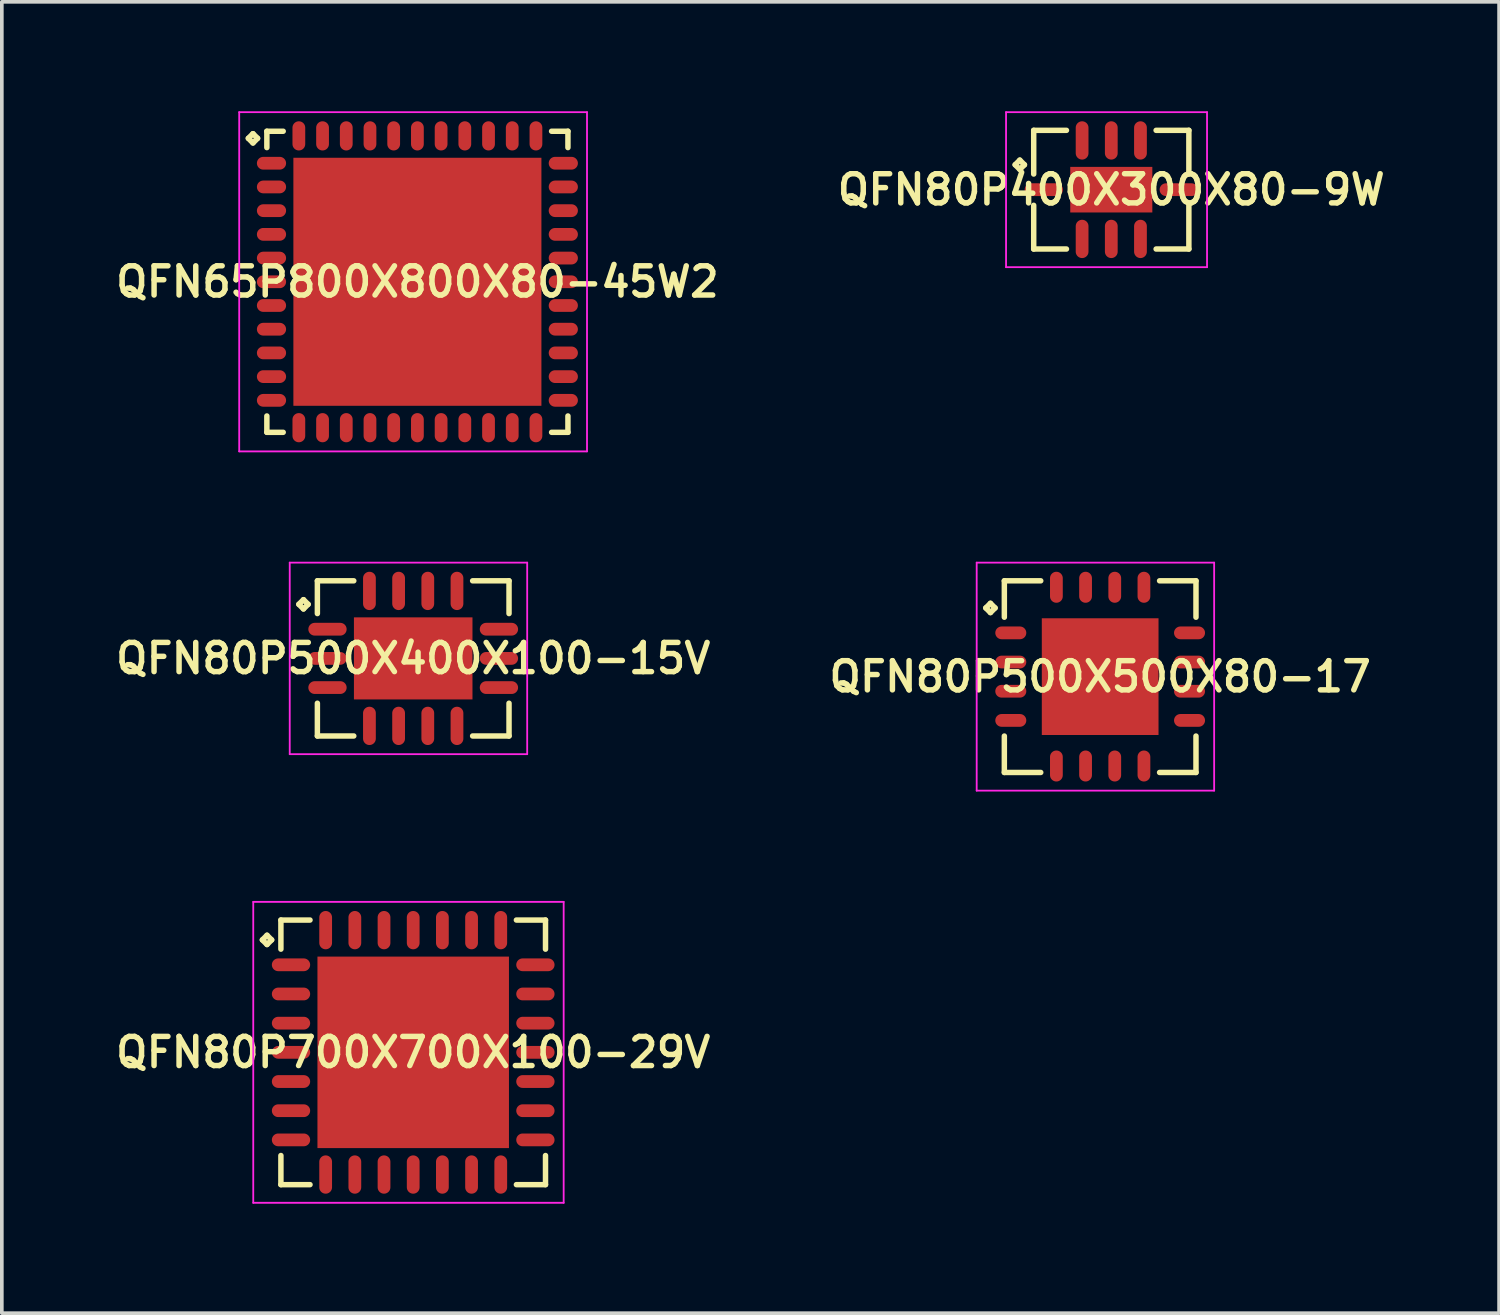
<source format=kicad_pcb>
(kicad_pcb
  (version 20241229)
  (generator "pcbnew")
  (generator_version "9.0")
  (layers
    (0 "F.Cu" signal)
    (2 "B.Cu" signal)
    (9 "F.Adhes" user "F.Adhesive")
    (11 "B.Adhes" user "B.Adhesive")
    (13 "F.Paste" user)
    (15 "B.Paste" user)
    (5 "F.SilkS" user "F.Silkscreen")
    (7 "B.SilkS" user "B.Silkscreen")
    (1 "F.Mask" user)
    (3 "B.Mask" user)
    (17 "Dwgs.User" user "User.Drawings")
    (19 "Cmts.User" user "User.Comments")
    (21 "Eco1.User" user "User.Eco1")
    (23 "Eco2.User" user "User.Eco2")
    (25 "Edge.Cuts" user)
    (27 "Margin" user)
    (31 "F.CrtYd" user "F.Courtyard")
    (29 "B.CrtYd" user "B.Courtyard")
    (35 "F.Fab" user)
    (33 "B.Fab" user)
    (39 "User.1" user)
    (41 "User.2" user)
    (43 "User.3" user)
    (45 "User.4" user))
  (footprint "QFN80P700X700X100-29V"
    (layer "F.Cu")
    (at 8.278 25.8)
    (property "Reference" "QFN80P700X700X100-29V" (at 0 0 0) (layer "F.SilkS") (effects (font (size 0.8 0.8) (thickness 0.15))))
    (attr smd)
    (fp_line (start -4.135 -3.083) (end -4.008 -3.21) (stroke (width 0.15) (type solid)) (layer "F.SilkS"))
    (fp_line (start -4.008 -3.21) (end -3.881 -3.083) (stroke (width 0.15) (type solid)) (layer "F.SilkS"))
    (fp_line (start -4.008 -2.956) (end -4.135 -3.083) (stroke (width 0.15) (type solid)) (layer "F.SilkS"))
    (fp_line (start -3.881 -3.083) (end -4.008 -2.956) (stroke (width 0.15) (type solid)) (layer "F.SilkS"))
    (fp_line (start -3.627 -3.627) (end -2.829 -3.627) (stroke (width 0.15) (type solid)) (layer "F.SilkS"))
    (fp_line (start -3.627 -2.829) (end -3.627 -3.627) (stroke (width 0.15) (type solid)) (layer "F.SilkS"))
    (fp_line (start -3.627 2.829) (end -3.627 3.627) (stroke (width 0.15) (type solid)) (layer "F.SilkS"))
    (fp_line (start -3.627 3.627) (end -2.829 3.627) (stroke (width 0.15) (type solid)) (layer "F.SilkS"))
    (fp_line (start 2.829 -3.627) (end 3.627 -3.627) (stroke (width 0.15) (type solid)) (layer "F.SilkS"))
    (fp_line (start 2.829 3.627) (end 3.627 3.627) (stroke (width 0.15) (type solid)) (layer "F.SilkS"))
    (fp_line (start 3.627 -3.627) (end 3.627 -2.829) (stroke (width 0.15) (type solid)) (layer "F.SilkS"))
    (fp_line (start 3.627 3.627) (end 3.627 2.829) (stroke (width 0.15) (type solid)) (layer "F.SilkS"))
    (fp_line (start -4.385 -4.125) (end 4.125 -4.125) (stroke (width 0.05) (type solid)) (layer "F.CrtYd"))
    (fp_line (start -4.385 4.125) (end -4.385 -4.125) (stroke (width 0.05) (type solid)) (layer "F.CrtYd"))
    (fp_line (start 4.125 -4.125) (end 4.125 4.125) (stroke (width 0.05) (type solid)) (layer "F.CrtYd"))
    (fp_line (start 4.125 4.125) (end -4.385 4.125) (stroke (width 0.05) (type solid)) (layer "F.CrtYd"))
    (pad "1" smd oval (at -3.35 -2.4) (size 1.05 0.35) (layers "F.Cu" "F.Mask" "F.Paste"))
    (pad "2" smd oval (at -3.35 -1.6) (size 1.05 0.35) (layers "F.Cu" "F.Mask" "F.Paste"))
    (pad "3" smd oval (at -3.35 -0.8) (size 1.05 0.35) (layers "F.Cu" "F.Mask" "F.Paste"))
    (pad "4" smd oval (at -3.35 0) (size 1.05 0.35) (layers "F.Cu" "F.Mask" "F.Paste"))
    (pad "5" smd oval (at -3.35 0.8) (size 1.05 0.35) (layers "F.Cu" "F.Mask" "F.Paste"))
    (pad "6" smd oval (at -3.35 1.6) (size 1.05 0.35) (layers "F.Cu" "F.Mask" "F.Paste"))
    (pad "7" smd oval (at -3.35 2.4) (size 1.05 0.35) (layers "F.Cu" "F.Mask" "F.Paste"))
    (pad "8" smd oval (at -2.4 3.35) (size 0.35 1.05) (layers "F.Cu" "F.Mask" "F.Paste"))
    (pad "9" smd oval (at -1.6 3.35) (size 0.35 1.05) (layers "F.Cu" "F.Mask" "F.Paste"))
    (pad "10" smd oval (at -0.8 3.35) (size 0.35 1.05) (layers "F.Cu" "F.Mask" "F.Paste"))
    (pad "11" smd oval (at 0 3.35) (size 0.35 1.05) (layers "F.Cu" "F.Mask" "F.Paste"))
    (pad "12" smd oval (at 0.8 3.35) (size 0.35 1.05) (layers "F.Cu" "F.Mask" "F.Paste"))
    (pad "13" smd oval (at 1.6 3.35) (size 0.35 1.05) (layers "F.Cu" "F.Mask" "F.Paste"))
    (pad "14" smd oval (at 2.4 3.35) (size 0.35 1.05) (layers "F.Cu" "F.Mask" "F.Paste"))
    (pad "15" smd oval (at 3.35 2.4) (size 1.05 0.35) (layers "F.Cu" "F.Mask" "F.Paste"))
    (pad "16" smd oval (at 3.35 1.6) (size 1.05 0.35) (layers "F.Cu" "F.Mask" "F.Paste"))
    (pad "17" smd oval (at 3.35 0.8) (size 1.05 0.35) (layers "F.Cu" "F.Mask" "F.Paste"))
    (pad "18" smd oval (at 3.35 0) (size 1.05 0.35) (layers "F.Cu" "F.Mask" "F.Paste"))
    (pad "19" smd oval (at 3.35 -0.8) (size 1.05 0.35) (layers "F.Cu" "F.Mask" "F.Paste"))
    (pad "20" smd oval (at 3.35 -1.6) (size 1.05 0.35) (layers "F.Cu" "F.Mask" "F.Paste"))
    (pad "21" smd oval (at 3.35 -2.4) (size 1.05 0.35) (layers "F.Cu" "F.Mask" "F.Paste"))
    (pad "22" smd oval (at 2.4 -3.35) (size 0.35 1.05) (layers "F.Cu" "F.Mask" "F.Paste"))
    (pad "23" smd oval (at 1.6 -3.35) (size 0.35 1.05) (layers "F.Cu" "F.Mask" "F.Paste"))
    (pad "24" smd oval (at 0.8 -3.35) (size 0.35 1.05) (layers "F.Cu" "F.Mask" "F.Paste"))
    (pad "25" smd oval (at 0 -3.35) (size 0.35 1.05) (layers "F.Cu" "F.Mask" "F.Paste"))
    (pad "26" smd oval (at -0.8 -3.35) (size 0.35 1.05) (layers "F.Cu" "F.Mask" "F.Paste"))
    (pad "27" smd oval (at -1.6 -3.35) (size 0.35 1.05) (layers "F.Cu" "F.Mask" "F.Paste"))
    (pad "28" smd oval (at -2.4 -3.35) (size 0.35 1.05) (layers "F.Cu" "F.Mask" "F.Paste"))
    (pad "29" smd rect (at 0 0) (size 5.25 5.25) (layers "F.Cu" "F.Mask" "F.Paste")))
  (footprint "QFN80P400X300X80-9W"
    (layer "F.Cu")
    (at 27.416 2.15)
    (property "Reference" "QFN80P400X300X80-9W" (at 0 0 0) (layer "F.SilkS") (effects (font (size 0.8 0.8) (thickness 0.15))))
    (attr smd)
    (fp_line (start -2.635 -0.683) (end -2.508 -0.81) (stroke (width 0.15) (type solid)) (layer "F.SilkS"))
    (fp_line (start -2.508 -0.81) (end -2.381 -0.683) (stroke (width 0.15) (type solid)) (layer "F.SilkS"))
    (fp_line (start -2.508 -0.556) (end -2.635 -0.683) (stroke (width 0.15) (type solid)) (layer "F.SilkS"))
    (fp_line (start -2.381 -0.683) (end -2.508 -0.556) (stroke (width 0.15) (type solid)) (layer "F.SilkS"))
    (fp_line (start -2.127 -1.627) (end -1.229 -1.627) (stroke (width 0.15) (type solid)) (layer "F.SilkS"))
    (fp_line (start -2.127 -0.429) (end -2.127 -1.627) (stroke (width 0.15) (type solid)) (layer "F.SilkS"))
    (fp_line (start -2.127 0.429) (end -2.127 1.627) (stroke (width 0.15) (type solid)) (layer "F.SilkS"))
    (fp_line (start -2.127 1.627) (end -1.229 1.627) (stroke (width 0.15) (type solid)) (layer "F.SilkS"))
    (fp_line (start 1.229 -1.627) (end 2.127 -1.627) (stroke (width 0.15) (type solid)) (layer "F.SilkS"))
    (fp_line (start 1.229 1.627) (end 2.127 1.627) (stroke (width 0.15) (type solid)) (layer "F.SilkS"))
    (fp_line (start 2.127 -1.627) (end 2.127 -0.429) (stroke (width 0.15) (type solid)) (layer "F.SilkS"))
    (fp_line (start 2.127 1.627) (end 2.127 0.429) (stroke (width 0.15) (type solid)) (layer "F.SilkS"))
    (fp_line (start -2.885 -2.125) (end 2.625 -2.125) (stroke (width 0.05) (type solid)) (layer "F.CrtYd"))
    (fp_line (start -2.885 2.125) (end -2.885 -2.125) (stroke (width 0.05) (type solid)) (layer "F.CrtYd"))
    (fp_line (start 2.625 -2.125) (end 2.625 2.125) (stroke (width 0.05) (type solid)) (layer "F.CrtYd"))
    (fp_line (start 2.625 2.125) (end -2.885 2.125) (stroke (width 0.05) (type solid)) (layer "F.CrtYd"))
    (pad "1" smd oval (at -1.85 0) (size 1.05 0.35) (layers "F.Cu" "F.Mask" "F.Paste"))
    (pad "2" smd oval (at -0.8 1.35) (size 0.35 1.05) (layers "F.Cu" "F.Mask" "F.Paste"))
    (pad "3" smd oval (at 0 1.35) (size 0.35 1.05) (layers "F.Cu" "F.Mask" "F.Paste"))
    (pad "4" smd oval (at 0.8 1.35) (size 0.35 1.05) (layers "F.Cu" "F.Mask" "F.Paste"))
    (pad "5" smd oval (at 1.85 0) (size 1.05 0.35) (layers "F.Cu" "F.Mask" "F.Paste"))
    (pad "6" smd oval (at 0.8 -1.35) (size 0.35 1.05) (layers "F.Cu" "F.Mask" "F.Paste"))
    (pad "7" smd oval (at 0 -1.35) (size 0.35 1.05) (layers "F.Cu" "F.Mask" "F.Paste"))
    (pad "8" smd oval (at -0.8 -1.35) (size 0.35 1.05) (layers "F.Cu" "F.Mask" "F.Paste"))
    (pad "9" smd rect (at 0 0) (size 2.25 1.25) (layers "F.Cu" "F.Mask" "F.Paste")))
  (footprint "QFN80P500X400X100-15V"
    (layer "F.Cu")
    (at 8.278 15)
    (property "Reference" "QFN80P500X400X100-15V" (at 0 0 0) (layer "F.SilkS") (effects (font (size 0.8 0.8) (thickness 0.15))))
    (attr smd)
    (fp_line (start -3.135 -1.483) (end -3.008 -1.61) (stroke (width 0.15) (type solid)) (layer "F.SilkS"))
    (fp_line (start -3.008 -1.61) (end -2.881 -1.483) (stroke (width 0.15) (type solid)) (layer "F.SilkS"))
    (fp_line (start -3.008 -1.356) (end -3.135 -1.483) (stroke (width 0.15) (type solid)) (layer "F.SilkS"))
    (fp_line (start -2.881 -1.483) (end -3.008 -1.356) (stroke (width 0.15) (type solid)) (layer "F.SilkS"))
    (fp_line (start -2.627 -2.127) (end -1.629 -2.127) (stroke (width 0.15) (type solid)) (layer "F.SilkS"))
    (fp_line (start -2.627 -1.229) (end -2.627 -2.127) (stroke (width 0.15) (type solid)) (layer "F.SilkS"))
    (fp_line (start -2.627 1.229) (end -2.627 2.127) (stroke (width 0.15) (type solid)) (layer "F.SilkS"))
    (fp_line (start -2.627 2.127) (end -1.629 2.127) (stroke (width 0.15) (type solid)) (layer "F.SilkS"))
    (fp_line (start 1.629 -2.127) (end 2.627 -2.127) (stroke (width 0.15) (type solid)) (layer "F.SilkS"))
    (fp_line (start 1.629 2.127) (end 2.627 2.127) (stroke (width 0.15) (type solid)) (layer "F.SilkS"))
    (fp_line (start 2.627 -2.127) (end 2.627 -1.229) (stroke (width 0.15) (type solid)) (layer "F.SilkS"))
    (fp_line (start 2.627 2.127) (end 2.627 1.229) (stroke (width 0.15) (type solid)) (layer "F.SilkS"))
    (fp_line (start -3.385 -2.625) (end 3.125 -2.625) (stroke (width 0.05) (type solid)) (layer "F.CrtYd"))
    (fp_line (start -3.385 2.625) (end -3.385 -2.625) (stroke (width 0.05) (type solid)) (layer "F.CrtYd"))
    (fp_line (start 3.125 -2.625) (end 3.125 2.625) (stroke (width 0.05) (type solid)) (layer "F.CrtYd"))
    (fp_line (start 3.125 2.625) (end -3.385 2.625) (stroke (width 0.05) (type solid)) (layer "F.CrtYd"))
    (pad "1" smd oval (at -2.35 -0.8) (size 1.05 0.35) (layers "F.Cu" "F.Mask" "F.Paste"))
    (pad "2" smd oval (at -2.35 0) (size 1.05 0.35) (layers "F.Cu" "F.Mask" "F.Paste"))
    (pad "3" smd oval (at -2.35 0.8) (size 1.05 0.35) (layers "F.Cu" "F.Mask" "F.Paste"))
    (pad "4" smd oval (at -1.2 1.85) (size 0.35 1.05) (layers "F.Cu" "F.Mask" "F.Paste"))
    (pad "5" smd oval (at -0.4 1.85) (size 0.35 1.05) (layers "F.Cu" "F.Mask" "F.Paste"))
    (pad "6" smd oval (at 0.4 1.85) (size 0.35 1.05) (layers "F.Cu" "F.Mask" "F.Paste"))
    (pad "7" smd oval (at 1.2 1.85) (size 0.35 1.05) (layers "F.Cu" "F.Mask" "F.Paste"))
    (pad "8" smd oval (at 2.35 0.8) (size 1.05 0.35) (layers "F.Cu" "F.Mask" "F.Paste"))
    (pad "9" smd oval (at 2.35 0) (size 1.05 0.35) (layers "F.Cu" "F.Mask" "F.Paste"))
    (pad "10" smd oval (at 2.35 -0.8) (size 1.05 0.35) (layers "F.Cu" "F.Mask" "F.Paste"))
    (pad "11" smd oval (at 1.2 -1.85) (size 0.35 1.05) (layers "F.Cu" "F.Mask" "F.Paste"))
    (pad "12" smd oval (at 0.4 -1.85) (size 0.35 1.05) (layers "F.Cu" "F.Mask" "F.Paste"))
    (pad "13" smd oval (at -0.4 -1.85) (size 0.35 1.05) (layers "F.Cu" "F.Mask" "F.Paste"))
    (pad "14" smd oval (at -1.2 -1.85) (size 0.35 1.05) (layers "F.Cu" "F.Mask" "F.Paste"))
    (pad "15" smd rect (at 0 0) (size 3.25 2.25) (layers "F.Cu" "F.Mask" "F.Paste")))
  (footprint "QFN65P800X800X80-45W2"
    (layer "F.Cu")
    (at 8.393 4.675)
    (property "Reference" "QFN65P800X800X80-45W2" (at 0 0 0) (layer "F.SilkS") (effects (font (size 0.8 0.8) (thickness 0.15))))
    (attr smd)
    (fp_line (start -4.635 -3.933) (end -4.508 -4.06) (stroke (width 0.15) (type solid)) (layer "F.SilkS"))
    (fp_line (start -4.508 -4.06) (end -4.381 -3.933) (stroke (width 0.15) (type solid)) (layer "F.SilkS"))
    (fp_line (start -4.508 -3.806) (end -4.635 -3.933) (stroke (width 0.15) (type solid)) (layer "F.SilkS"))
    (fp_line (start -4.381 -3.933) (end -4.508 -3.806) (stroke (width 0.15) (type solid)) (layer "F.SilkS"))
    (fp_line (start -4.127 -4.127) (end -3.679 -4.127) (stroke (width 0.15) (type solid)) (layer "F.SilkS"))
    (fp_line (start -4.127 -3.679) (end -4.127 -4.127) (stroke (width 0.15) (type solid)) (layer "F.SilkS"))
    (fp_line (start -4.127 3.679) (end -4.127 4.127) (stroke (width 0.15) (type solid)) (layer "F.SilkS"))
    (fp_line (start -4.127 4.127) (end -3.679 4.127) (stroke (width 0.15) (type solid)) (layer "F.SilkS"))
    (fp_line (start 3.679 -4.127) (end 4.127 -4.127) (stroke (width 0.15) (type solid)) (layer "F.SilkS"))
    (fp_line (start 3.679 4.127) (end 4.127 4.127) (stroke (width 0.15) (type solid)) (layer "F.SilkS"))
    (fp_line (start 4.127 -4.127) (end 4.127 -3.679) (stroke (width 0.15) (type solid)) (layer "F.SilkS"))
    (fp_line (start 4.127 4.127) (end 4.127 3.679) (stroke (width 0.15) (type solid)) (layer "F.SilkS"))
    (fp_line (start -4.885 -4.65) (end 4.65 -4.65) (stroke (width 0.05) (type solid)) (layer "F.CrtYd"))
    (fp_line (start -4.885 4.65) (end -4.885 -4.65) (stroke (width 0.05) (type solid)) (layer "F.CrtYd"))
    (fp_line (start 4.65 -4.65) (end 4.65 4.65) (stroke (width 0.05) (type solid)) (layer "F.CrtYd"))
    (fp_line (start 4.65 4.65) (end -4.885 4.65) (stroke (width 0.05) (type solid)) (layer "F.CrtYd"))
    (pad "1" smd oval (at -4 -3.25) (size 0.8 0.35) (layers "F.Cu" "F.Mask" "F.Paste"))
    (pad "2" smd oval (at -4 -2.6) (size 0.8 0.35) (layers "F.Cu" "F.Mask" "F.Paste"))
    (pad "3" smd oval (at -4 -1.95) (size 0.8 0.35) (layers "F.Cu" "F.Mask" "F.Paste"))
    (pad "4" smd oval (at -4 -1.3) (size 0.8 0.35) (layers "F.Cu" "F.Mask" "F.Paste"))
    (pad "5" smd oval (at -4 -0.65) (size 0.8 0.35) (layers "F.Cu" "F.Mask" "F.Paste"))
    (pad "6" smd oval (at -4 0) (size 0.8 0.35) (layers "F.Cu" "F.Mask" "F.Paste"))
    (pad "7" smd oval (at -4 0.65) (size 0.8 0.35) (layers "F.Cu" "F.Mask" "F.Paste"))
    (pad "8" smd oval (at -4 1.3) (size 0.8 0.35) (layers "F.Cu" "F.Mask" "F.Paste"))
    (pad "9" smd oval (at -4 1.95) (size 0.8 0.35) (layers "F.Cu" "F.Mask" "F.Paste"))
    (pad "10" smd oval (at -4 2.6) (size 0.8 0.35) (layers "F.Cu" "F.Mask" "F.Paste"))
    (pad "11" smd oval (at -4 3.25) (size 0.8 0.35) (layers "F.Cu" "F.Mask" "F.Paste"))
    (pad "12" smd oval (at -3.25 4) (size 0.35 0.8) (layers "F.Cu" "F.Mask" "F.Paste"))
    (pad "13" smd oval (at -2.6 4) (size 0.35 0.8) (layers "F.Cu" "F.Mask" "F.Paste"))
    (pad "14" smd oval (at -1.95 4) (size 0.35 0.8) (layers "F.Cu" "F.Mask" "F.Paste"))
    (pad "15" smd oval (at -1.3 4) (size 0.35 0.8) (layers "F.Cu" "F.Mask" "F.Paste"))
    (pad "16" smd oval (at -0.65 4) (size 0.35 0.8) (layers "F.Cu" "F.Mask" "F.Paste"))
    (pad "17" smd oval (at 0 4) (size 0.35 0.8) (layers "F.Cu" "F.Mask" "F.Paste"))
    (pad "18" smd oval (at 0.65 4) (size 0.35 0.8) (layers "F.Cu" "F.Mask" "F.Paste"))
    (pad "19" smd oval (at 1.3 4) (size 0.35 0.8) (layers "F.Cu" "F.Mask" "F.Paste"))
    (pad "20" smd oval (at 1.95 4) (size 0.35 0.8) (layers "F.Cu" "F.Mask" "F.Paste"))
    (pad "21" smd oval (at 2.6 4) (size 0.35 0.8) (layers "F.Cu" "F.Mask" "F.Paste"))
    (pad "22" smd oval (at 3.25 4) (size 0.35 0.8) (layers "F.Cu" "F.Mask" "F.Paste"))
    (pad "23" smd oval (at 4 3.25) (size 0.8 0.35) (layers "F.Cu" "F.Mask" "F.Paste"))
    (pad "24" smd oval (at 4 2.6) (size 0.8 0.35) (layers "F.Cu" "F.Mask" "F.Paste"))
    (pad "25" smd oval (at 4 1.95) (size 0.8 0.35) (layers "F.Cu" "F.Mask" "F.Paste"))
    (pad "26" smd oval (at 4 1.3) (size 0.8 0.35) (layers "F.Cu" "F.Mask" "F.Paste"))
    (pad "27" smd oval (at 4 0.65) (size 0.8 0.35) (layers "F.Cu" "F.Mask" "F.Paste"))
    (pad "28" smd oval (at 4 0) (size 0.8 0.35) (layers "F.Cu" "F.Mask" "F.Paste"))
    (pad "29" smd oval (at 4 -0.65) (size 0.8 0.35) (layers "F.Cu" "F.Mask" "F.Paste"))
    (pad "30" smd oval (at 4 -1.3) (size 0.8 0.35) (layers "F.Cu" "F.Mask" "F.Paste"))
    (pad "31" smd oval (at 4 -1.95) (size 0.8 0.35) (layers "F.Cu" "F.Mask" "F.Paste"))
    (pad "32" smd oval (at 4 -2.6) (size 0.8 0.35) (layers "F.Cu" "F.Mask" "F.Paste"))
    (pad "33" smd oval (at 4 -3.25) (size 0.8 0.35) (layers "F.Cu" "F.Mask" "F.Paste"))
    (pad "34" smd oval (at 3.25 -4) (size 0.35 0.8) (layers "F.Cu" "F.Mask" "F.Paste"))
    (pad "35" smd oval (at 2.6 -4) (size 0.35 0.8) (layers "F.Cu" "F.Mask" "F.Paste"))
    (pad "36" smd oval (at 1.95 -4) (size 0.35 0.8) (layers "F.Cu" "F.Mask" "F.Paste"))
    (pad "37" smd oval (at 1.3 -4) (size 0.35 0.8) (layers "F.Cu" "F.Mask" "F.Paste"))
    (pad "38" smd oval (at 0.65 -4) (size 0.35 0.8) (layers "F.Cu" "F.Mask" "F.Paste"))
    (pad "39" smd oval (at 0 -4) (size 0.35 0.8) (layers "F.Cu" "F.Mask" "F.Paste"))
    (pad "40" smd oval (at -0.65 -4) (size 0.35 0.8) (layers "F.Cu" "F.Mask" "F.Paste"))
    (pad "41" smd oval (at -1.3 -4) (size 0.35 0.8) (layers "F.Cu" "F.Mask" "F.Paste"))
    (pad "42" smd oval (at -1.95 -4) (size 0.35 0.8) (layers "F.Cu" "F.Mask" "F.Paste"))
    (pad "43" smd oval (at -2.6 -4) (size 0.35 0.8) (layers "F.Cu" "F.Mask" "F.Paste"))
    (pad "44" smd oval (at -3.25 -4) (size 0.35 0.8) (layers "F.Cu" "F.Mask" "F.Paste"))
    (pad "45" smd rect (at 0 0) (size 6.8 6.8) (layers "F.Cu" "F.Mask" "F.Paste")))
  (footprint "QFN80P500X500X80-17"
    (layer "F.Cu")
    (at 27.111 15.5)
    (property "Reference" "QFN80P500X500X80-17" (at 0 0 0) (layer "F.SilkS") (effects (font (size 0.8 0.8) (thickness 0.15))))
    (attr smd)
    (fp_line (start -3.135 -1.883) (end -3.008 -2.01) (stroke (width 0.15) (type solid)) (layer "F.SilkS"))
    (fp_line (start -3.008 -2.01) (end -2.881 -1.883) (stroke (width 0.15) (type solid)) (layer "F.SilkS"))
    (fp_line (start -3.008 -1.756) (end -3.135 -1.883) (stroke (width 0.15) (type solid)) (layer "F.SilkS"))
    (fp_line (start -2.881 -1.883) (end -3.008 -1.756) (stroke (width 0.15) (type solid)) (layer "F.SilkS"))
    (fp_line (start -2.627 -2.627) (end -1.629 -2.627) (stroke (width 0.15) (type solid)) (layer "F.SilkS"))
    (fp_line (start -2.627 -1.629) (end -2.627 -2.627) (stroke (width 0.15) (type solid)) (layer "F.SilkS"))
    (fp_line (start -2.627 1.629) (end -2.627 2.627) (stroke (width 0.15) (type solid)) (layer "F.SilkS"))
    (fp_line (start -2.627 2.627) (end -1.629 2.627) (stroke (width 0.15) (type solid)) (layer "F.SilkS"))
    (fp_line (start 1.629 -2.627) (end 2.627 -2.627) (stroke (width 0.15) (type solid)) (layer "F.SilkS"))
    (fp_line (start 1.629 2.627) (end 2.627 2.627) (stroke (width 0.15) (type solid)) (layer "F.SilkS"))
    (fp_line (start 2.627 -2.627) (end 2.627 -1.629) (stroke (width 0.15) (type solid)) (layer "F.SilkS"))
    (fp_line (start 2.627 2.627) (end 2.627 1.629) (stroke (width 0.15) (type solid)) (layer "F.SilkS"))
    (fp_line (start -3.385 -3.125) (end 3.125 -3.125) (stroke (width 0.05) (type solid)) (layer "F.CrtYd"))
    (fp_line (start -3.385 3.125) (end -3.385 -3.125) (stroke (width 0.05) (type solid)) (layer "F.CrtYd"))
    (fp_line (start 3.125 -3.125) (end 3.125 3.125) (stroke (width 0.05) (type solid)) (layer "F.CrtYd"))
    (fp_line (start 3.125 3.125) (end -3.385 3.125) (stroke (width 0.05) (type solid)) (layer "F.CrtYd"))
    (pad "1" smd oval (at -2.45 -1.2) (size 0.85 0.35) (layers "F.Cu" "F.Mask" "F.Paste"))
    (pad "2" smd oval (at -2.45 -0.4) (size 0.85 0.35) (layers "F.Cu" "F.Mask" "F.Paste"))
    (pad "3" smd oval (at -2.45 0.4) (size 0.85 0.35) (layers "F.Cu" "F.Mask" "F.Paste"))
    (pad "4" smd oval (at -2.45 1.2) (size 0.85 0.35) (layers "F.Cu" "F.Mask" "F.Paste"))
    (pad "5" smd oval (at -1.2 2.45) (size 0.35 0.85) (layers "F.Cu" "F.Mask" "F.Paste"))
    (pad "6" smd oval (at -0.4 2.45) (size 0.35 0.85) (layers "F.Cu" "F.Mask" "F.Paste"))
    (pad "7" smd oval (at 0.4 2.45) (size 0.35 0.85) (layers "F.Cu" "F.Mask" "F.Paste"))
    (pad "8" smd oval (at 1.2 2.45) (size 0.35 0.85) (layers "F.Cu" "F.Mask" "F.Paste"))
    (pad "9" smd oval (at 2.45 1.2) (size 0.85 0.35) (layers "F.Cu" "F.Mask" "F.Paste"))
    (pad "10" smd oval (at 2.45 0.4) (size 0.85 0.35) (layers "F.Cu" "F.Mask" "F.Paste"))
    (pad "11" smd oval (at 2.45 -0.4) (size 0.85 0.35) (layers "F.Cu" "F.Mask" "F.Paste"))
    (pad "12" smd oval (at 2.45 -1.2) (size 0.85 0.35) (layers "F.Cu" "F.Mask" "F.Paste"))
    (pad "13" smd oval (at 1.2 -2.45) (size 0.35 0.85) (layers "F.Cu" "F.Mask" "F.Paste"))
    (pad "14" smd oval (at 0.4 -2.45) (size 0.35 0.85) (layers "F.Cu" "F.Mask" "F.Paste"))
    (pad "15" smd oval (at -0.4 -2.45) (size 0.35 0.85) (layers "F.Cu" "F.Mask" "F.Paste"))
    (pad "16" smd oval (at -1.2 -2.45) (size 0.35 0.85) (layers "F.Cu" "F.Mask" "F.Paste"))
    (pad "17" smd rect (at 0 0) (size 3.2 3.2) (layers "F.Cu" "F.Mask" "F.Paste")))
  (gr_rect
    (start -3 -3)
    (end 38.047 32.95)
    (stroke (width 0.1) (type default))
    (fill no)
    (layer "Edge.Cuts")))
</source>
